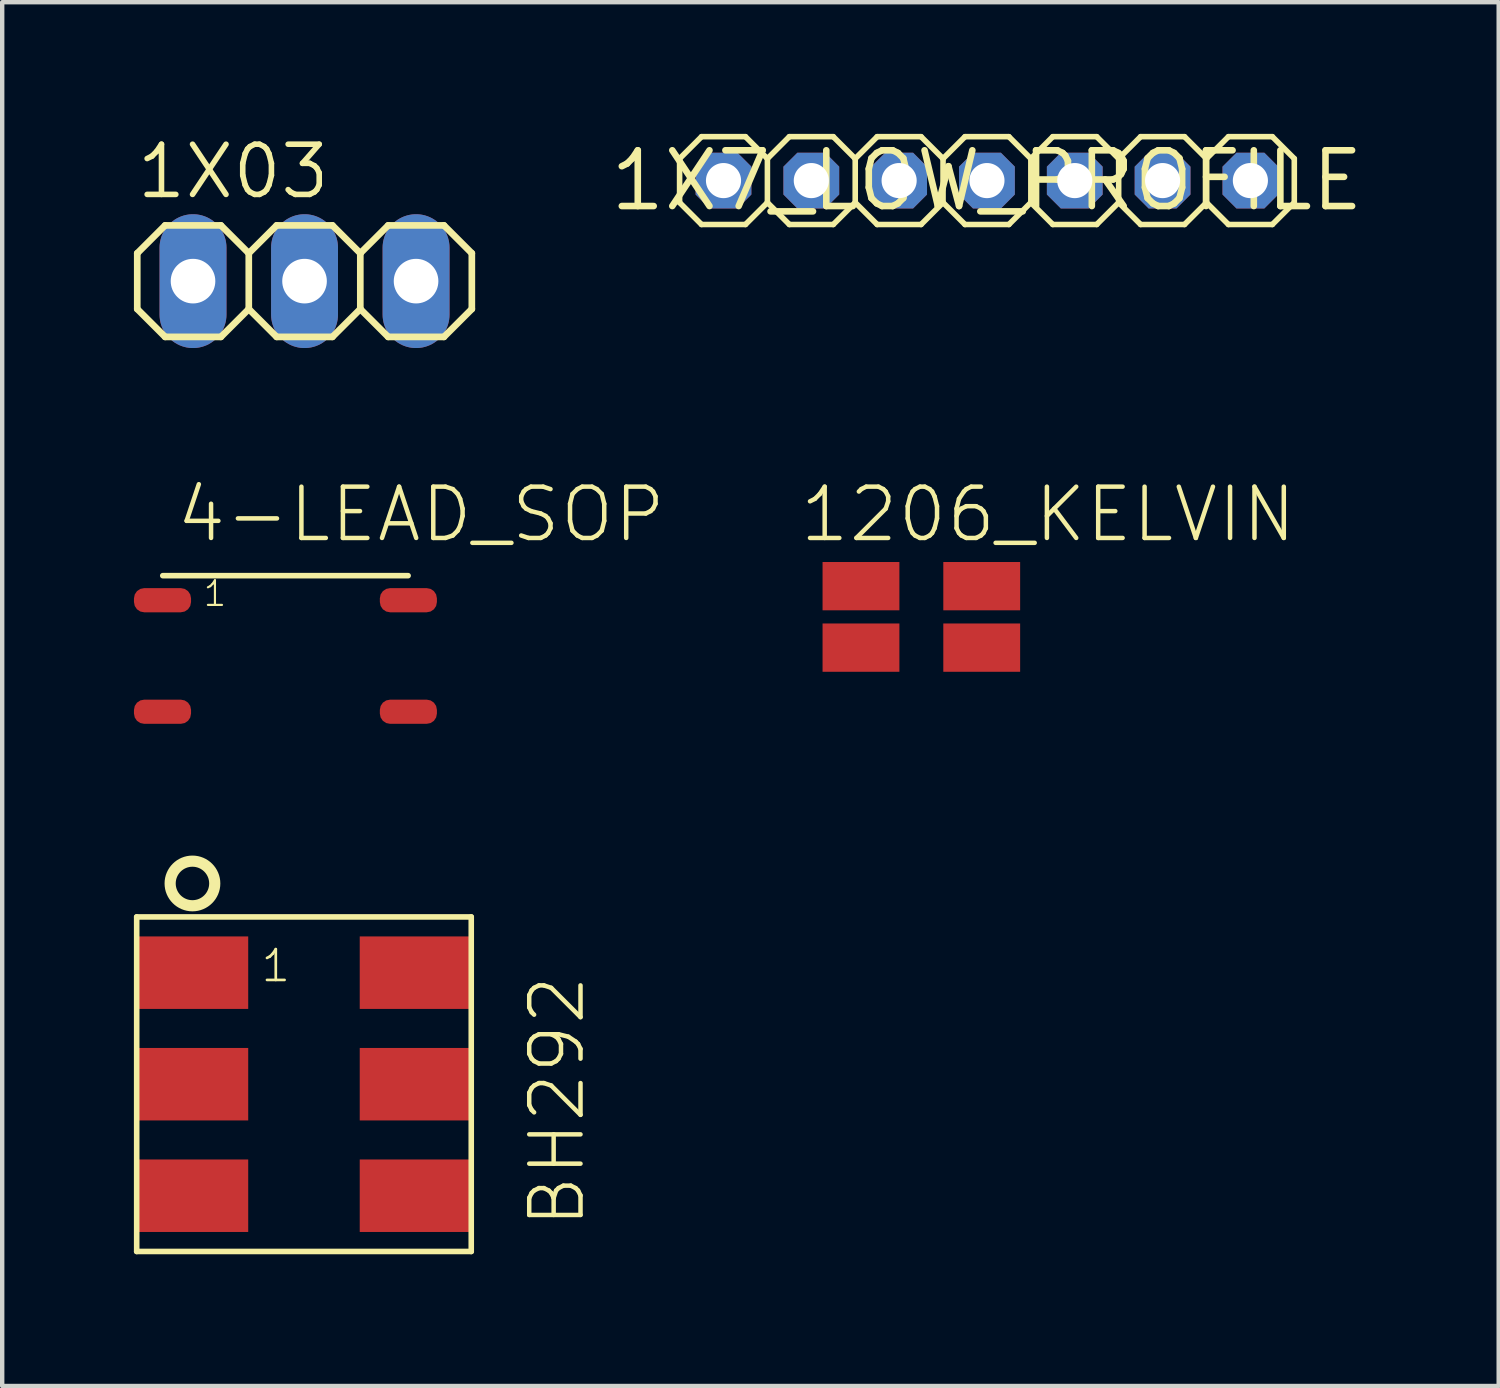
<source format=kicad_pcb>
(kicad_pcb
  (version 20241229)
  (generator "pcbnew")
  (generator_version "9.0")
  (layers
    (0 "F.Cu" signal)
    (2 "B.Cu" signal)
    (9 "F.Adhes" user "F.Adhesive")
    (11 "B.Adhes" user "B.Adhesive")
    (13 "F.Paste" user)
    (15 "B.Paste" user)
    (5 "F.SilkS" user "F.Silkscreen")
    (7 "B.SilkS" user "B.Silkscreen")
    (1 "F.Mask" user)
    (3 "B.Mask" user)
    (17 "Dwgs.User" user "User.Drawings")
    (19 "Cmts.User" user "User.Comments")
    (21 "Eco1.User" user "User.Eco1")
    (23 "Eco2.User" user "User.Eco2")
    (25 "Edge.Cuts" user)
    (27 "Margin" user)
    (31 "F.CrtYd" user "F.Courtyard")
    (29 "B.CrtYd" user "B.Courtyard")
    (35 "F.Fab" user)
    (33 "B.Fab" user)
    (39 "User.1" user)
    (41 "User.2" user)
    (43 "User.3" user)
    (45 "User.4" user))
  (footprint "1X7_LOW_PROFILE"
    (layer "F.Cu")
    (at 19.428 1.063)
    (property "Reference" "1X7_LOW_PROFILE" (at 0 0 0) (layer "F.SilkS") (effects (font (size 1.27 1.27) (thickness 0.15))))
    (fp_line (start -7 0.5) (end -7 -0.5) (stroke (width 0.127) (type solid)) (layer "F.SilkS"))
    (fp_line (start -7 0.5) (end -6.5 1) (stroke (width 0.127) (type solid)) (layer "F.SilkS"))
    (fp_line (start -6.5 -1) (end -7 -0.5) (stroke (width 0.127) (type solid)) (layer "F.SilkS"))
    (fp_line (start -6.5 1) (end -5.5 1) (stroke (width 0.127) (type solid)) (layer "F.SilkS"))
    (fp_line (start -5.5 -1) (end -6.5 -1) (stroke (width 0.127) (type solid)) (layer "F.SilkS"))
    (fp_line (start -5.5 1) (end -5 0.5) (stroke (width 0.127) (type solid)) (layer "F.SilkS"))
    (fp_line (start -5 -0.5) (end -5.5 -1) (stroke (width 0.127) (type solid)) (layer "F.SilkS"))
    (fp_line (start -5 0.5) (end -5 -0.5) (stroke (width 0.127) (type solid)) (layer "F.SilkS"))
    (fp_line (start -5 0.5) (end -4.5 1) (stroke (width 0.127) (type solid)) (layer "F.SilkS"))
    (fp_line (start -4.5 -1) (end -5 -0.5) (stroke (width 0.127) (type solid)) (layer "F.SilkS"))
    (fp_line (start -4.5 1) (end -3.5 1) (stroke (width 0.127) (type solid)) (layer "F.SilkS"))
    (fp_line (start -3.5 -1) (end -4.5 -1) (stroke (width 0.127) (type solid)) (layer "F.SilkS"))
    (fp_line (start -3.5 1) (end -3 0.5) (stroke (width 0.127) (type solid)) (layer "F.SilkS"))
    (fp_line (start -3 -0.5) (end -3.5 -1) (stroke (width 0.127) (type solid)) (layer "F.SilkS"))
    (fp_line (start -3 0.5) (end -3 -0.5) (stroke (width 0.127) (type solid)) (layer "F.SilkS"))
    (fp_line (start -3 0.5) (end -2.5 1) (stroke (width 0.127) (type solid)) (layer "F.SilkS"))
    (fp_line (start -2.5 -1) (end -3 -0.5) (stroke (width 0.127) (type solid)) (layer "F.SilkS"))
    (fp_line (start -2.5 1) (end -1.5 1) (stroke (width 0.127) (type solid)) (layer "F.SilkS"))
    (fp_line (start -1.5 -1) (end -2.5 -1) (stroke (width 0.127) (type solid)) (layer "F.SilkS"))
    (fp_line (start -1.5 1) (end -1 0.5) (stroke (width 0.127) (type solid)) (layer "F.SilkS"))
    (fp_line (start -1 -0.5) (end -1.5 -1) (stroke (width 0.127) (type solid)) (layer "F.SilkS"))
    (fp_line (start -1 0.5) (end -1 -0.5) (stroke (width 0.127) (type solid)) (layer "F.SilkS"))
    (fp_line (start -1 0.5) (end -0.5 1) (stroke (width 0.127) (type solid)) (layer "F.SilkS"))
    (fp_line (start -0.5 -1) (end -1 -0.5) (stroke (width 0.127) (type solid)) (layer "F.SilkS"))
    (fp_line (start -0.5 1) (end 0.5 1) (stroke (width 0.127) (type solid)) (layer "F.SilkS"))
    (fp_line (start 0.5 -1) (end -0.5 -1) (stroke (width 0.127) (type solid)) (layer "F.SilkS"))
    (fp_line (start 0.5 1) (end 1 0.5) (stroke (width 0.127) (type solid)) (layer "F.SilkS"))
    (fp_line (start 1 -0.5) (end 0.5 -1) (stroke (width 0.127) (type solid)) (layer "F.SilkS"))
    (fp_line (start 1 0.5) (end 1 -0.5) (stroke (width 0.127) (type solid)) (layer "F.SilkS"))
    (fp_line (start 1 0.5) (end 1.5 1) (stroke (width 0.127) (type solid)) (layer "F.SilkS"))
    (fp_line (start 1.5 -1) (end 1 -0.5) (stroke (width 0.127) (type solid)) (layer "F.SilkS"))
    (fp_line (start 1.5 1) (end 2.5 1) (stroke (width 0.127) (type solid)) (layer "F.SilkS"))
    (fp_line (start 2.5 -1) (end 1.5 -1) (stroke (width 0.127) (type solid)) (layer "F.SilkS"))
    (fp_line (start 2.5 1) (end 3 0.5) (stroke (width 0.127) (type solid)) (layer "F.SilkS"))
    (fp_line (start 3 -0.5) (end 2.5 -1) (stroke (width 0.127) (type solid)) (layer "F.SilkS"))
    (fp_line (start 3 0.5) (end 3 -0.5) (stroke (width 0.127) (type solid)) (layer "F.SilkS"))
    (fp_line (start 3 0.5) (end 3.5 1) (stroke (width 0.127) (type solid)) (layer "F.SilkS"))
    (fp_line (start 3.5 -1) (end 3 -0.5) (stroke (width 0.127) (type solid)) (layer "F.SilkS"))
    (fp_line (start 3.5 1) (end 4.5 1) (stroke (width 0.127) (type solid)) (layer "F.SilkS"))
    (fp_line (start 4.5 -1) (end 3.5 -1) (stroke (width 0.127) (type solid)) (layer "F.SilkS"))
    (fp_line (start 4.5 1) (end 5 0.5) (stroke (width 0.127) (type solid)) (layer "F.SilkS"))
    (fp_line (start 5 -0.5) (end 4.5 -1) (stroke (width 0.127) (type solid)) (layer "F.SilkS"))
    (fp_line (start 5 0.5) (end 5 -0.5) (stroke (width 0.127) (type solid)) (layer "F.SilkS"))
    (fp_line (start 5 0.5) (end 5.5 1) (stroke (width 0.127) (type solid)) (layer "F.SilkS"))
    (fp_line (start 5.5 -1) (end 5 -0.5) (stroke (width 0.127) (type solid)) (layer "F.SilkS"))
    (fp_line (start 5.5 1) (end 6.5 1) (stroke (width 0.127) (type solid)) (layer "F.SilkS"))
    (fp_line (start 6.5 -1) (end 5.5 -1) (stroke (width 0.127) (type solid)) (layer "F.SilkS"))
    (fp_line (start 6.5 1) (end 7 0.5) (stroke (width 0.127) (type solid)) (layer "F.SilkS"))
    (fp_line (start 7 -0.5) (end 6.5 -1) (stroke (width 0.127) (type solid)) (layer "F.SilkS"))
    (fp_line (start 7 0.5) (end 7 -0.5) (stroke (width 0.127) (type solid)) (layer "F.SilkS"))
    (pad "P$1" thru_hole roundrect (at -6 0 90) (size 1.27 1.27) (drill 0.8) (layers "*.Cu" "*.Mask") (roundrect_rratio 0.25) (chamfer_ratio 0.25) (chamfer top_left top_right bottom_left bottom_right))
    (pad "P$2" thru_hole roundrect (at -4 0 90) (size 1.27 1.27) (drill 0.8) (layers "*.Cu" "*.Mask") (roundrect_rratio 0.25) (chamfer_ratio 0.25) (chamfer top_left top_right bottom_left bottom_right))
    (pad "P$3" thru_hole roundrect (at -2 0 90) (size 1.27 1.27) (drill 0.8) (layers "*.Cu" "*.Mask") (roundrect_rratio 0.25) (chamfer_ratio 0.25) (chamfer top_left top_right bottom_left bottom_right))
    (pad "P$4" thru_hole roundrect (at 0 0 90) (size 1.27 1.27) (drill 0.8) (layers "*.Cu" "*.Mask") (roundrect_rratio 0.25) (chamfer_ratio 0.25) (chamfer top_left top_right bottom_left bottom_right))
    (pad "P$5" thru_hole roundrect (at 2 0 90) (size 1.27 1.27) (drill 0.8) (layers "*.Cu" "*.Mask") (roundrect_rratio 0.25) (chamfer_ratio 0.25) (chamfer top_left top_right bottom_left bottom_right))
    (pad "P$6" thru_hole roundrect (at 4 0 90) (size 1.27 1.27) (drill 0.8) (layers "*.Cu" "*.Mask") (roundrect_rratio 0.25) (chamfer_ratio 0.25) (chamfer top_left top_right bottom_left bottom_right))
    (pad "P$7" thru_hole roundrect (at 6 0 90) (size 1.27 1.27) (drill 0.8) (layers "*.Cu" "*.Mask") (roundrect_rratio 0.25) (chamfer_ratio 0.25) (chamfer top_left top_right bottom_left bottom_right)))
  (footprint "BH292"
    (layer "F.Cu")
    (at 3.873 21.643)
    (property "Reference" "BH292" (at 5.08 -2.54 90) (layer "F.SilkS") (effects (font (size 1.168 1.168) (thickness 0.102)) (justify right top)))
    (fp_line (start -3.81 -3.81) (end 3.81 -3.81) (stroke (width 0.127) (type solid)) (layer "F.SilkS"))
    (fp_line (start -3.81 3.81) (end -3.81 -3.81) (stroke (width 0.127) (type solid)) (layer "F.SilkS"))
    (fp_line (start 3.81 -3.81) (end 3.81 3.81) (stroke (width 0.127) (type solid)) (layer "F.SilkS"))
    (fp_line (start 3.81 3.81) (end -3.81 3.81) (stroke (width 0.127) (type solid)) (layer "F.SilkS"))
    (fp_circle (center -2.54 -4.572) (end -2.032 -4.572) (stroke (width 0.254) (type solid)) (fill no) (layer "F.SilkS"))
    (fp_text user "1" (at -1.016 -2.286 0) (layer "F.SilkS") (effects (font (size 0.701 0.701) (thickness 0.061)) (justify left bottom)))
    (pad "P1" smd rect (at -2.54 -2.54 270) (size 1.651 2.54) (layers "F.Cu" "F.Mask" "F.Paste"))
    (pad "P2" smd rect (at -2.54 0 270) (size 1.651 2.54) (layers "F.Cu" "F.Mask" "F.Paste"))
    (pad "P3" smd rect (at -2.54 2.54 270) (size 1.651 2.54) (layers "F.Cu" "F.Mask" "F.Paste"))
    (pad "P4" smd rect (at 2.54 2.54 270) (size 1.651 2.54) (layers "F.Cu" "F.Mask" "F.Paste"))
    (pad "P5" smd rect (at 2.54 0 270) (size 1.651 2.54) (layers "F.Cu" "F.Mask" "F.Paste"))
    (pad "P6" smd rect (at 2.54 -2.54 270) (size 1.651 2.54) (layers "F.Cu" "F.Mask" "F.Paste")))
  (footprint "4-LEAD_SOP"
    (layer "F.Cu")
    (at 3.451 11.89)
    (property "Reference" "4-LEAD_SOP" (at -2.54 -2.54 0) (layer "F.SilkS") (effects (font (size 1.168 1.168) (thickness 0.102)) (justify left bottom)))
    (fp_line (start 2.794 -1.829) (end -2.794 -1.829) (stroke (width 0.127) (type solid)) (layer "F.SilkS"))
    (fp_text user "1" (at -1.905 -1.092 0) (layer "F.SilkS") (effects (font (size 0.561 0.561) (thickness 0.049)) (justify left bottom)))
    (pad "P$1" smd roundrect (at -2.8 -1.27) (size 1.3 0.551) (layers "F.Cu" "F.Mask" "F.Paste") (roundrect_rratio 0.425))
    (pad "P$2" smd roundrect (at -2.8 1.27) (size 1.3 0.551) (layers "F.Cu" "F.Mask" "F.Paste") (roundrect_rratio 0.425))
    (pad "P$3" smd roundrect (at 2.8 1.27) (size 1.3 0.551) (layers "F.Cu" "F.Mask" "F.Paste") (roundrect_rratio 0.425))
    (pad "P$4" smd roundrect (at 2.8 -1.27) (size 1.3 0.551) (layers "F.Cu" "F.Mask" "F.Paste") (roundrect_rratio 0.425)))
  (footprint "1X03"
    (layer "F.Cu")
    (at 3.886 3.353)
    (property "Reference" "1X03" (at -3.886 -1.829 0) (layer "F.SilkS") (effects (font (size 1.143 1.143) (thickness 0.127)) (justify left bottom)))
    (fp_line (start -3.81 -0.635) (end -3.81 0.635) (stroke (width 0.152) (type solid)) (layer "F.SilkS"))
    (fp_line (start -3.81 0.635) (end -3.175 1.27) (stroke (width 0.152) (type solid)) (layer "F.SilkS"))
    (fp_line (start -3.175 -1.27) (end -3.81 -0.635) (stroke (width 0.152) (type solid)) (layer "F.SilkS"))
    (fp_line (start -3.175 -1.27) (end -1.905 -1.27) (stroke (width 0.152) (type solid)) (layer "F.SilkS"))
    (fp_line (start -1.905 -1.27) (end -1.27 -0.635) (stroke (width 0.152) (type solid)) (layer "F.SilkS"))
    (fp_line (start -1.905 1.27) (end -3.175 1.27) (stroke (width 0.152) (type solid)) (layer "F.SilkS"))
    (fp_line (start -1.27 -0.635) (end -1.27 0.635) (stroke (width 0.152) (type solid)) (layer "F.SilkS"))
    (fp_line (start -1.27 -0.635) (end -0.635 -1.27) (stroke (width 0.152) (type solid)) (layer "F.SilkS"))
    (fp_line (start -1.27 0.635) (end -1.905 1.27) (stroke (width 0.152) (type solid)) (layer "F.SilkS"))
    (fp_line (start -0.635 -1.27) (end 0.635 -1.27) (stroke (width 0.152) (type solid)) (layer "F.SilkS"))
    (fp_line (start -0.635 1.27) (end -1.27 0.635) (stroke (width 0.152) (type solid)) (layer "F.SilkS"))
    (fp_line (start 0.635 -1.27) (end 1.27 -0.635) (stroke (width 0.152) (type solid)) (layer "F.SilkS"))
    (fp_line (start 0.635 1.27) (end -0.635 1.27) (stroke (width 0.152) (type solid)) (layer "F.SilkS"))
    (fp_line (start 1.27 -0.635) (end 1.27 0.635) (stroke (width 0.152) (type solid)) (layer "F.SilkS"))
    (fp_line (start 1.27 -0.635) (end 1.905 -1.27) (stroke (width 0.152) (type solid)) (layer "F.SilkS"))
    (fp_line (start 1.27 0.635) (end 0.635 1.27) (stroke (width 0.152) (type solid)) (layer "F.SilkS"))
    (fp_line (start 1.905 -1.27) (end 3.175 -1.27) (stroke (width 0.152) (type solid)) (layer "F.SilkS"))
    (fp_line (start 1.905 1.27) (end 1.27 0.635) (stroke (width 0.152) (type solid)) (layer "F.SilkS"))
    (fp_line (start 3.175 -1.27) (end 3.81 -0.635) (stroke (width 0.152) (type solid)) (layer "F.SilkS"))
    (fp_line (start 3.175 1.27) (end 1.905 1.27) (stroke (width 0.152) (type solid)) (layer "F.SilkS"))
    (fp_line (start 3.81 -0.635) (end 3.81 0.635) (stroke (width 0.152) (type solid)) (layer "F.SilkS"))
    (fp_line (start 3.81 0.635) (end 3.175 1.27) (stroke (width 0.152) (type solid)) (layer "F.SilkS"))
    (fp_poly (pts (xy -2.794 0.254) (xy -2.286 0.254) (xy -2.286 -0.254) (xy -2.794 -0.254)) (stroke (width 0.1) (type solid)) (fill no) (layer "F.Fab"))
    (fp_poly (pts (xy -0.254 0.254) (xy 0.254 0.254) (xy 0.254 -0.254) (xy -0.254 -0.254)) (stroke (width 0.1) (type solid)) (fill no) (layer "F.Fab"))
    (fp_poly (pts (xy 2.286 0.254) (xy 2.794 0.254) (xy 2.794 -0.254) (xy 2.286 -0.254)) (stroke (width 0.1) (type solid)) (fill no) (layer "F.Fab"))
    (pad "1" thru_hole oval (at -2.54 0 90) (size 3.048 1.524) (drill 1.016) (layers "*.Cu" "*.Mask"))
    (pad "2" thru_hole oval (at 0 0 90) (size 3.048 1.524) (drill 1.016) (layers "*.Cu" "*.Mask"))
    (pad "3" thru_hole oval (at 2.54 0 90) (size 3.048 1.524) (drill 1.016) (layers "*.Cu" "*.Mask")))
  (footprint "1206_KELVIN"
    (layer "F.Cu")
    (at 16.559 10.3)
    (property "Reference" "1206_KELVIN" (at -1.45 -0.95 0) (layer "F.SilkS") (effects (font (size 1.168 1.168) (thickness 0.102)) (justify left bottom)))
    (pad "P$1" smd rect (at 0 0) (size 1.75 1.1) (layers "F.Cu" "F.Mask" "F.Paste"))
    (pad "P$2" smd rect (at 2.75 0) (size 1.75 1.1) (layers "F.Cu" "F.Mask" "F.Paste"))
    (pad "P$3" smd rect (at 0 1.4) (size 1.75 1.1) (layers "F.Cu" "F.Mask" "F.Paste"))
    (pad "P$4" smd rect (at 2.75 1.4) (size 1.75 1.1) (layers "F.Cu" "F.Mask" "F.Paste")))
  (gr_rect
    (start -3 -3)
    (end 31.083 28.516)
    (stroke (width 0.1) (type default))
    (fill no)
    (layer "Edge.Cuts")))
</source>
